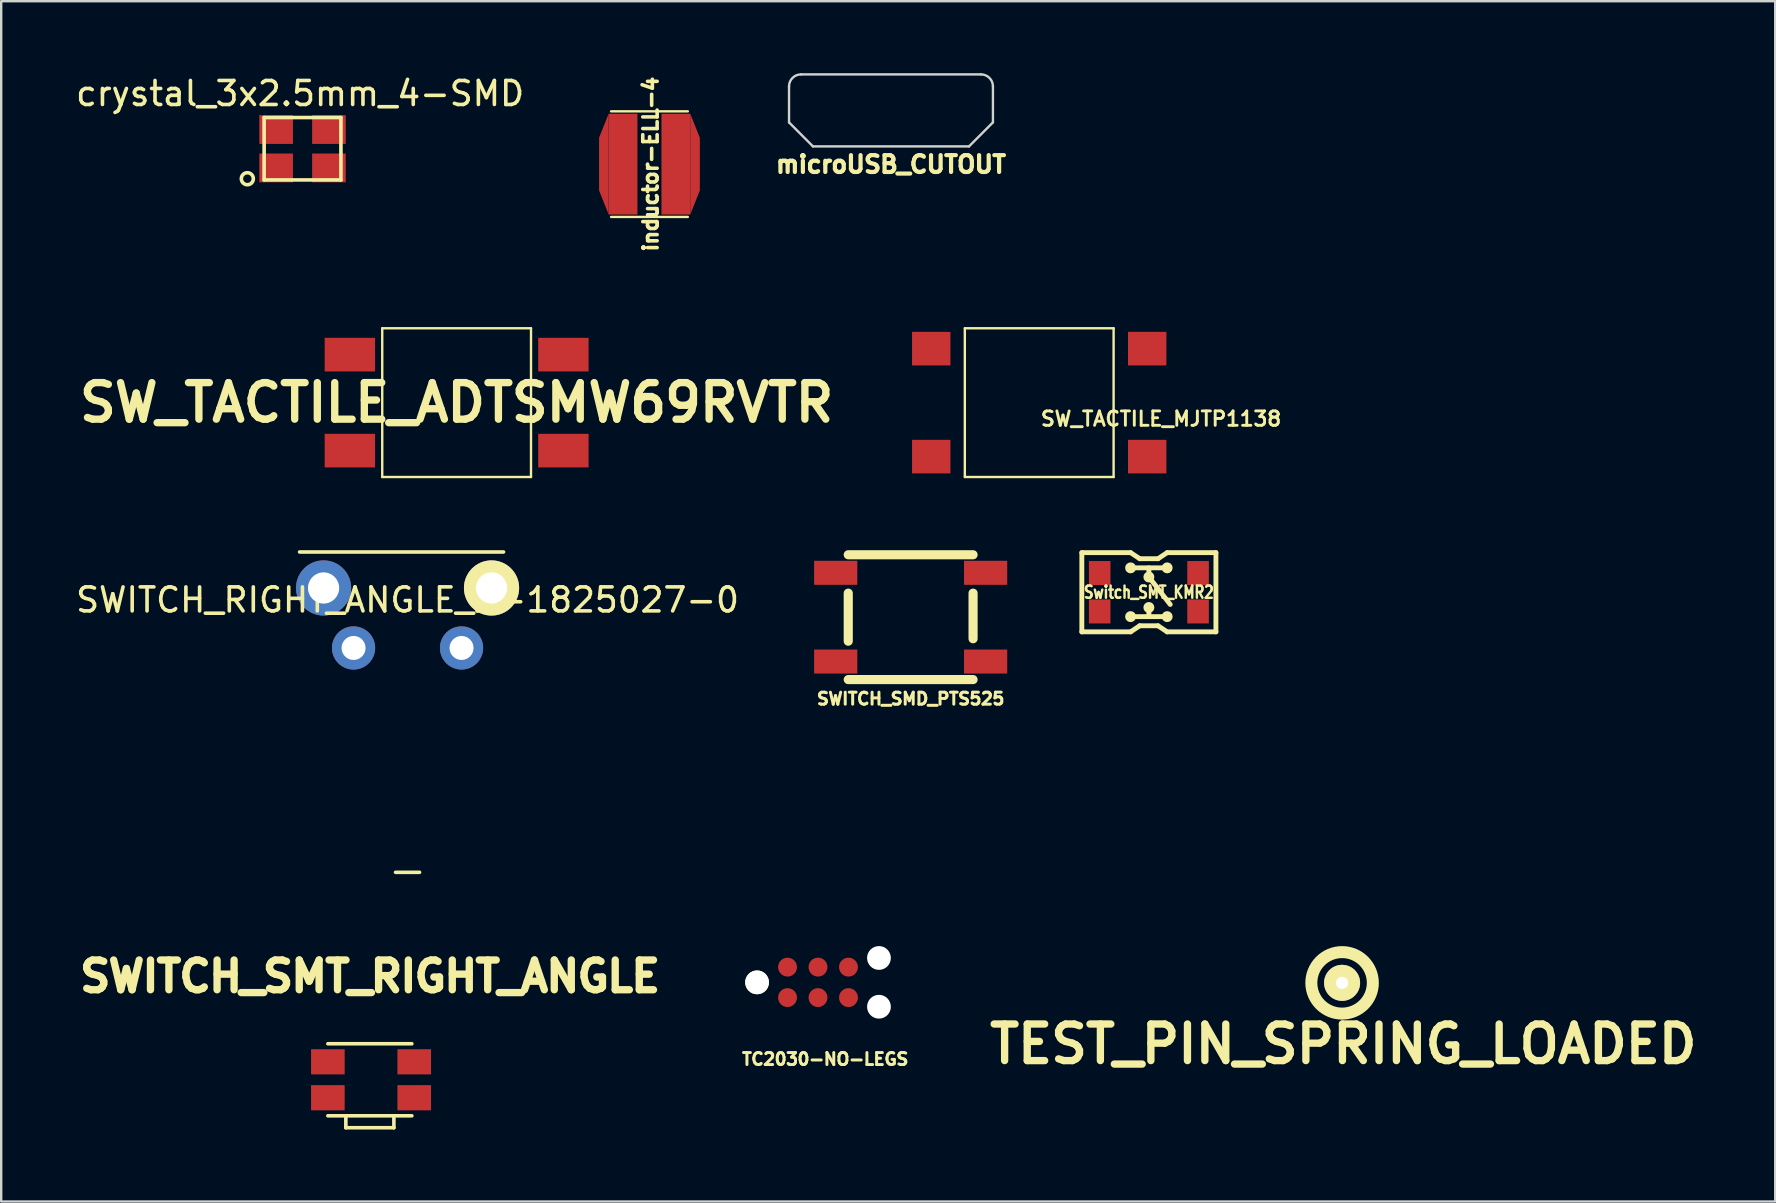
<source format=kicad_pcb>
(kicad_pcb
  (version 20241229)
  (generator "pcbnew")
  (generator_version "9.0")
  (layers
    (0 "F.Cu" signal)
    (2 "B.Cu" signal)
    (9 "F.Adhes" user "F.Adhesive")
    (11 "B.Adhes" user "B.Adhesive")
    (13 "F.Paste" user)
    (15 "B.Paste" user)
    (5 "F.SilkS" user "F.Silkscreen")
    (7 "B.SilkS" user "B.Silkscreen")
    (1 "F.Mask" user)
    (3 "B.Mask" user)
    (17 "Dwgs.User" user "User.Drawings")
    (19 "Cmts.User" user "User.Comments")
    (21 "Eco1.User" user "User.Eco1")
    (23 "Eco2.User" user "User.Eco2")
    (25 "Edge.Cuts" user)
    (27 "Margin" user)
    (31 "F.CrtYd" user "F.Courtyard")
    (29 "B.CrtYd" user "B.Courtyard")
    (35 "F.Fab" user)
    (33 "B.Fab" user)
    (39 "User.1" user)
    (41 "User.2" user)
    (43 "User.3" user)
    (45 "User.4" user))
  (footprint "SWITCH_SMT_RIGHT_ANGLE"
    (layer "F.Cu")
    (at 12.364 41.95)
    (property "Reference" "SWITCH_SMT_RIGHT_ANGLE" (at 0.01 -4.31 0) (layer "F.SilkS") (effects (font (size 1.24 1.24) (thickness 0.305))))
    (attr through_hole)
    (fp_line (start -1.75 1.501) (end 1.75 1.501) (stroke (width 0.15) (type solid)) (layer "F.SilkS"))
    (fp_line (start -1.001 1.999) (end -1.001 1.501) (stroke (width 0.15) (type solid)) (layer "F.SilkS"))
    (fp_line (start 1.001 1.501) (end 1.001 1.999) (stroke (width 0.15) (type solid)) (layer "F.SilkS"))
    (fp_line (start 1.001 1.999) (end -1.001 1.999) (stroke (width 0.15) (type solid)) (layer "F.SilkS"))
    (fp_line (start 1.75 -1.501) (end -1.75 -1.501) (stroke (width 0.15) (type solid)) (layer "F.SilkS"))
    (pad "1" smd rect (at -1.75 -0.749) (size 1.4 1.049) (layers "F.Cu" "F.Mask" "F.Paste"))
    (pad "1" smd rect (at 1.849 -0.749) (size 1.4 1.049) (layers "F.Cu" "F.Mask" "F.Paste"))
    (pad "2" smd rect (at -1.75 0.749) (size 1.4 1.049) (layers "F.Cu" "F.Mask" "F.Paste"))
    (pad "2" smd rect (at 1.849 0.749) (size 1.4 1.049) (layers "F.Cu" "F.Mask" "F.Paste")))
  (footprint "microUSB_CUTOUT"
    (layer "F.Cu")
    (at 34.082 1.551)
    (property "Reference" "microUSB_CUTOUT" (at 0 2.25 0) (layer "F.SilkS") (effects (font (size 0.701 0.701) (thickness 0.175))))
    (attr through_hole)
    (fp_line (start -4.249 0.5) (end -4.249 -1.001) (stroke (width 0.099) (type solid)) (layer "Edge.Cuts"))
    (fp_line (start -3.251 1.501) (end -4.249 0.5) (stroke (width 0.099) (type solid)) (layer "Edge.Cuts"))
    (fp_line (start 3.251 1.501) (end -3.251 1.501) (stroke (width 0.099) (type solid)) (layer "Edge.Cuts"))
    (fp_line (start 3.251 1.501) (end 4.249 0.5) (stroke (width 0.099) (type solid)) (layer "Edge.Cuts"))
    (fp_line (start 3.749 -1.501) (end -3.749 -1.501) (stroke (width 0.099) (type solid)) (layer "Edge.Cuts"))
    (fp_line (start 4.249 0.5) (end 4.249 -1.001) (stroke (width 0.099) (type solid)) (layer "Edge.Cuts"))
    (fp_arc (start -4.24942 -1.00076) (mid -4.102862 -1.354582) (end -3.74904 -1.50114) (stroke (width 0.09906) (type solid)) (layer "Edge.Cuts"))
    (fp_arc (start 3.74904 -1.50114) (mid 4.102862 -1.354582) (end 4.24942 -1.00076) (stroke (width 0.09906) (type solid)) (layer "Edge.Cuts")))
  (footprint "SWITCH_SMD_PTS525"
    (layer "F.Cu")
    (at 34.902 22.671)
    (property "Reference" "SWITCH_SMD_PTS525" (at 0 3.401 0) (layer "F.SilkS") (effects (font (size 0.5 0.5) (thickness 0.124))))
    (attr through_hole)
    (fp_line (start -2.601 -1.001) (end -2.601 1.001) (stroke (width 0.381) (type solid)) (layer "F.SilkS"))
    (fp_line (start -2.601 2.601) (end 2.601 2.601) (stroke (width 0.381) (type solid)) (layer "F.SilkS"))
    (fp_line (start 2.601 -2.601) (end -2.601 -2.601) (stroke (width 0.381) (type solid)) (layer "F.SilkS"))
    (fp_line (start 2.601 -1.001) (end 2.601 0.899) (stroke (width 0.381) (type solid)) (layer "F.SilkS"))
    (pad "1" smd rect (at -3.124 -1.849) (size 1.801 1.001) (layers "F.Cu" "F.Mask" "F.Paste"))
    (pad "1" smd rect (at 3.124 -1.849) (size 1.801 1.001) (layers "F.Cu" "F.Mask" "F.Paste"))
    (pad "2" smd rect (at -3.124 1.849) (size 1.801 1.001) (layers "F.Cu" "F.Mask" "F.Paste"))
    (pad "2" smd rect (at 3.124 1.849) (size 1.801 1.001) (layers "F.Cu" "F.Mask" "F.Paste")))
  (footprint "SW_TACTILE_ADTSMW69RVTR"
    (layer "F.Cu")
    (at 15.98 13.73)
    (property "Reference" "SW_TACTILE_ADTSMW69RVTR" (at 0 0 0) (layer "F.SilkS") (effects (font (size 1.524 1.524) (thickness 0.305))))
    (attr through_hole)
    (fp_line (start -3.1 -3.1) (end -3.1 3.1) (stroke (width 0.099) (type solid)) (layer "F.SilkS"))
    (fp_line (start -3.1 3.1) (end 3.1 3.1) (stroke (width 0.099) (type solid)) (layer "F.SilkS"))
    (fp_line (start 3.1 -3.1) (end -3.1 -3.1) (stroke (width 0.099) (type solid)) (layer "F.SilkS"))
    (fp_line (start 3.1 3.1) (end 3.1 -3.1) (stroke (width 0.099) (type solid)) (layer "F.SilkS"))
    (pad "1" smd rect (at -4.45 -2) (size 2.1 1.4) (layers "F.Cu" "F.Mask" "F.Paste"))
    (pad "1" smd rect (at 4.45 -2) (size 2.1 1.4) (layers "F.Cu" "F.Mask" "F.Paste"))
    (pad "2" smd rect (at -4.45 2) (size 2.1 1.4) (layers "F.Cu" "F.Mask" "F.Paste"))
    (pad "2" smd rect (at 4.45 2) (size 2.1 1.4) (layers "F.Cu" "F.Mask" "F.Paste")))
  (footprint "SW_TACTILE_MJTP1138"
    (layer "F.Cu")
    (at 40.26 13.73)
    (property "Reference" "SW_TACTILE_MJTP1138" (at 5.077 0.674 0) (layer "F.SilkS") (effects (font (size 0.6 0.6) (thickness 0.12))))
    (attr smd)
    (fp_line (start -3.1 -3.1) (end -3.1 3.1) (stroke (width 0.099) (type solid)) (layer "F.SilkS"))
    (fp_line (start -3.1 3.1) (end 3.1 3.1) (stroke (width 0.099) (type solid)) (layer "F.SilkS"))
    (fp_line (start 3.1 -3.1) (end -3.1 -3.1) (stroke (width 0.099) (type solid)) (layer "F.SilkS"))
    (fp_line (start 3.1 3.1) (end 3.1 -3.1) (stroke (width 0.099) (type solid)) (layer "F.SilkS"))
    (pad "" smd rect (at -4.5 2.25) (size 1.6 1.4) (layers "F.Cu" "F.Mask" "F.Paste"))
    (pad "" smd rect (at 4.5 -2.25) (size 1.6 1.4) (layers "F.Cu" "F.Mask" "F.Paste"))
    (pad "1" smd rect (at -4.5 -2.25) (size 1.6 1.4) (layers "F.Cu" "F.Mask" "F.Paste"))
    (pad "2" smd rect (at 4.5 2.25) (size 1.6 1.4) (layers "F.Cu" "F.Mask" "F.Paste")))
  (footprint "TEST_PIN_SPRING_LOADED"
    (layer "F.Cu")
    (at 52.882 37.911)
    (property "Reference" "TEST_PIN_SPRING_LOADED" (at 0.051 2.55 0) (layer "F.SilkS") (effects (font (size 1.524 1.524) (thickness 0.305))))
    (attr through_hole)
    (fp_circle (center 0 0) (end 1.001 -0.8) (stroke (width 0.5) (type solid)) (fill no) (layer "F.SilkS"))
    (pad "1" thru_hole circle (at 0 0) (size 1.501 1.501) (drill 0.508) (layers "*.Cu" "*.Mask" "F.SilkS")))
  (footprint "crystal_3x2.5mm_4-SMD"
    (layer "F.Cu")
    (at 9.558 3.148)
    (property "Reference" "crystal_3x2.5mm_4-SMD" (at -0.1 -2.3 0) (layer "F.SilkS") (effects (font (size 1 1) (thickness 0.15))))
    (attr through_hole)
    (fp_line (start -1.6 -1.3) (end 1.6 -1.3) (stroke (width 0.15) (type solid)) (layer "F.SilkS"))
    (fp_line (start -1.6 1.3) (end -1.6 -1.3) (stroke (width 0.15) (type solid)) (layer "F.SilkS"))
    (fp_line (start 1.6 -1.3) (end 1.6 1.3) (stroke (width 0.15) (type solid)) (layer "F.SilkS"))
    (fp_line (start 1.6 1.3) (end -1.6 1.3) (stroke (width 0.15) (type solid)) (layer "F.SilkS"))
    (fp_circle (center -2.3 1.25) (end -2.05 1.25) (stroke (width 0.15) (type solid)) (fill no) (layer "F.SilkS"))
    (pad "1" smd rect (at -1.1 0.8) (size 1.4 1.2) (layers "F.Cu" "F.Mask" "F.Paste"))
    (pad "2" smd rect (at 1.1 0.8) (size 1.4 1.2) (layers "F.Cu" "F.Mask" "F.Paste"))
    (pad "3" smd rect (at 1.1 -0.8) (size 1.4 1.2) (layers "F.Cu" "F.Mask" "F.Paste"))
    (pad "4" smd rect (at -1.1 -0.8) (size 1.4 1.2) (layers "F.Cu" "F.Mask" "F.Paste")))
  (footprint "inductor-ELL-4"
    (layer "F.Cu")
    (at 24.016 3.79)
    (property "Reference" "inductor-ELL-4" (at 0.051 0 90) (layer "F.SilkS") (effects (font (size 0.599 0.599) (thickness 0.15))))
    (attr through_hole)
    (fp_line (start -1.6 2.2) (end 1.6 2.2) (stroke (width 0.099) (type solid)) (layer "F.SilkS"))
    (fp_line (start 1.6 -2.2) (end -1.6 -2.2) (stroke (width 0.099) (type solid)) (layer "F.SilkS"))
    (pad "1" smd trapezoid (at -1.9 0 180) (size 0.399 3.2) (rect_delta 1.001 0) (layers "F.Cu" "F.Mask" "F.Paste"))
    (pad "1" smd rect (at -1.1 0) (size 1.199 4.201) (layers "F.Cu" "F.Mask" "F.Paste"))
    (pad "2" smd rect (at 1.1 0) (size 1.199 4.201) (layers "F.Cu" "F.Mask" "F.Paste"))
    (pad "2" smd trapezoid (at 1.9 0) (size 0.399 3.2) (rect_delta 1.001 0) (layers "F.Cu" "F.Mask" "F.Paste")))
  (footprint "TC2030-NO-LEGS"
    (layer "F.Cu")
    (at 31.041 37.89)
    (property "Reference" "TC2030-NO-LEGS" (at 0.3 3.2 0) (layer "F.SilkS") (effects (font (size 0.5 0.5) (thickness 0.124))))
    (attr through_hole)
    (pad "" np_thru_hole circle (at -2.54 0) (size 0.991 0.991) (drill 0.991) (layers "*.Cu" "*.Mask" "F.SilkS"))
    (pad "" np_thru_hole circle (at 2.54 -1.016) (size 0.991 0.991) (drill 0.991) (layers "*.Cu" "*.Mask"))
    (pad "" np_thru_hole circle (at 2.54 1.016) (size 0.991 0.991) (drill 0.991) (layers "*.Cu" "*.Mask"))
    (pad "1" connect circle (at -1.27 0.635) (size 0.787 0.787) (layers "F.Cu" "F.Mask"))
    (pad "2" connect circle (at -1.27 -0.635) (size 0.787 0.787) (layers "F.Cu" "F.Mask"))
    (pad "3" connect circle (at 0 0.635) (size 0.787 0.787) (layers "F.Cu" "F.Mask"))
    (pad "4" connect circle (at 0 -0.635) (size 0.787 0.787) (layers "F.Cu" "F.Mask"))
    (pad "5" connect circle (at 1.27 0.635) (size 0.787 0.787) (layers "F.Cu" "F.Mask"))
    (pad "6" connect circle (at 1.27 -0.635) (size 0.787 0.787) (layers "F.Cu" "F.Mask")))
  (footprint "Switch_SMT_KMR2"
    (layer "F.Cu")
    (at 44.83 21.632)
    (property "Reference" "Switch_SMT_KMR2" (at 0 0 0) (layer "F.SilkS") (effects (font (size 0.508 0.406) (thickness 0.102))))
    (attr through_hole)
    (fp_line (start -2.794 -1.651) (end -2.794 1.651) (stroke (width 0.203) (type solid)) (layer "F.SilkS"))
    (fp_line (start -2.794 1.651) (end -0.762 1.651) (stroke (width 0.203) (type solid)) (layer "F.SilkS"))
    (fp_line (start -0.762 -1.651) (end -2.794 -1.651) (stroke (width 0.203) (type solid)) (layer "F.SilkS"))
    (fp_line (start -0.762 -1.016) (end 0.762 -1.016) (stroke (width 0.203) (type solid)) (layer "F.SilkS"))
    (fp_line (start -0.762 1.016) (end 0.762 1.016) (stroke (width 0.203) (type solid)) (layer "F.SilkS"))
    (fp_line (start -0.762 1.651) (end -0.381 1.397) (stroke (width 0.203) (type solid)) (layer "F.SilkS"))
    (fp_line (start -0.381 -1.397) (end -0.762 -1.651) (stroke (width 0.203) (type solid)) (layer "F.SilkS"))
    (fp_line (start -0.381 1.397) (end 0.381 1.397) (stroke (width 0.203) (type solid)) (layer "F.SilkS"))
    (fp_line (start 0 -1.016) (end 0 -0.635) (stroke (width 0.203) (type solid)) (layer "F.SilkS"))
    (fp_line (start 0 -0.635) (end 0.889 0.508) (stroke (width 0.203) (type solid)) (layer "F.SilkS"))
    (fp_line (start 0 1.016) (end 0 0.635) (stroke (width 0.203) (type solid)) (layer "F.SilkS"))
    (fp_line (start 0.381 -1.397) (end -0.381 -1.397) (stroke (width 0.203) (type solid)) (layer "F.SilkS"))
    (fp_line (start 0.381 1.397) (end 0.762 1.651) (stroke (width 0.203) (type solid)) (layer "F.SilkS"))
    (fp_line (start 0.762 -1.651) (end 0.381 -1.397) (stroke (width 0.203) (type solid)) (layer "F.SilkS"))
    (fp_line (start 0.762 1.651) (end 2.794 1.651) (stroke (width 0.203) (type solid)) (layer "F.SilkS"))
    (fp_line (start 2.794 -1.651) (end 0.762 -1.651) (stroke (width 0.203) (type solid)) (layer "F.SilkS"))
    (fp_line (start 2.794 1.651) (end 2.794 -1.651) (stroke (width 0.203) (type solid)) (layer "F.SilkS"))
    (fp_circle (center -0.762 -1.016) (end -0.889 -1.016) (stroke (width 0.203) (type solid)) (fill no) (layer "F.SilkS"))
    (fp_circle (center -0.762 1.016) (end -0.889 1.016) (stroke (width 0.203) (type solid)) (fill no) (layer "F.SilkS"))
    (fp_circle (center 0 -0.635) (end 0 -0.508) (stroke (width 0.203) (type solid)) (fill no) (layer "F.SilkS"))
    (fp_circle (center 0 0.635) (end 0 0.508) (stroke (width 0.203) (type solid)) (fill no) (layer "F.SilkS"))
    (fp_circle (center 0.762 -1.016) (end 0.889 -1.016) (stroke (width 0.203) (type solid)) (fill no) (layer "F.SilkS"))
    (fp_circle (center 0.762 1.016) (end 0.889 1.016) (stroke (width 0.203) (type solid)) (fill no) (layer "F.SilkS"))
    (pad "1" smd rect (at -2.05 -0.8) (size 0.899 1.001) (layers "F.Cu" "F.Mask" "F.Paste"))
    (pad "1" smd rect (at 2.05 -0.8) (size 0.899 1.001) (layers "F.Cu" "F.Mask" "F.Paste"))
    (pad "2" smd rect (at -2.05 0.8) (size 0.899 1.001) (layers "F.Cu" "F.Mask" "F.Paste"))
    (pad "2" smd rect (at 2.05 0.8) (size 0.899 1.001) (layers "F.Cu" "F.Mask" "F.Paste")))
  (footprint "SWITCH_RIGHT_ANGLE_2-1825027-0"
    (layer "F.Cu")
    (at 13.935 21.454)
    (property "Reference" "SWITCH_RIGHT_ANGLE_2-1825027-0" (at 0 0.5 0) (layer "F.SilkS") (effects (font (size 1 1) (thickness 0.15))))
    (attr through_hole)
    (fp_line (start -4.5 -1.5) (end 4 -1.5) (stroke (width 0.15) (type solid)) (layer "F.SilkS"))
    (fp_line (start 0.5 11.85) (end -0.5 11.85) (stroke (width 0.15) (type solid)) (layer "F.SilkS"))
    (pad "" thru_hole circle (at -3.5 0) (size 2.3 2.3) (drill 1.3) (layers "*.Cu" "*.Mask"))
    (pad "" thru_hole circle (at 3.5 0) (size 2.3 2.3) (drill 1.3) (layers "*.Cu" "*.Mask" "F.SilkS"))
    (pad "1" thru_hole circle (at -2.25 2.5) (size 1.8 1.8) (drill 1) (layers "*.Cu" "*.Mask"))
    (pad "2" thru_hole circle (at 2.25 2.5) (size 1.8 1.8) (drill 1) (layers "*.Cu" "*.Mask")))
  (gr_rect
    (start -3 -3)
    (end 70.933 47.023)
    (stroke (width 0.1) (type default))
    (fill no)
    (layer "Edge.Cuts")))
</source>
